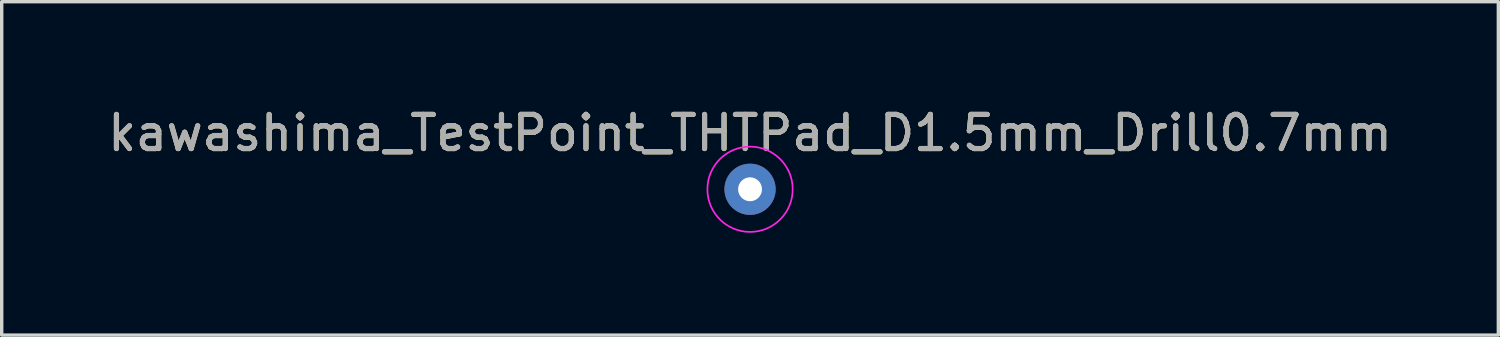
<source format=kicad_pcb>
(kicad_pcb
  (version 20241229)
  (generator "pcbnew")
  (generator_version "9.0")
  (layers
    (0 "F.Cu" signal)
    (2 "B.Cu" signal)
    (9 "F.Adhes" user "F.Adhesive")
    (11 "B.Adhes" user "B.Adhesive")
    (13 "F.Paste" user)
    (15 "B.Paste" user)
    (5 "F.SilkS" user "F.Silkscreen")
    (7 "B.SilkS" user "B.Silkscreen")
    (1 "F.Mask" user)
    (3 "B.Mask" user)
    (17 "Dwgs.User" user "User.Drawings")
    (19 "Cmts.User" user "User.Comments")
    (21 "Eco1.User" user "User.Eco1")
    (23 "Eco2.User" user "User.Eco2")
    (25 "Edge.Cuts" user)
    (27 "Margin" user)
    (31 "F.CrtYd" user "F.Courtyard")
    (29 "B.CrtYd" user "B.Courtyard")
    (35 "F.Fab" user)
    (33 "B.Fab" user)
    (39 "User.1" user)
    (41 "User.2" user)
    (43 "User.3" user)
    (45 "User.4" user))
  (footprint "kawashima_TestPoint_THTPad_D1.5mm_Drill0.7mm"
    (layer "F.Cu")
    (at 18.935 2.498)
    (property "Reference" "kawashima_TestPoint_THTPad_D1.5mm_Drill0.7mm" (at 0 -1.648 0) (layer "F.SilkS") (effects (font (size 1 1) (thickness 0.15))))
    (attr exclude_from_pos_files exclude_from_bom)
    (fp_circle (center 0 0) (end 1.25 0) (stroke (width 0.05) (type solid)) (fill no) (layer "F.CrtYd"))
    (fp_text user "${REFERENCE}" (at 0 -1.65 0) (layer "F.Fab") (effects (font (size 1 1) (thickness 0.15))))
    (pad "1" thru_hole circle (at 0 0) (size 1.5 1.5) (drill 0.7) (layers "*.Cu" "*.Mask")))
  (gr_rect
    (start -3 -3)
    (end 40.869 6.773)
    (stroke (width 0.1) (type default))
    (fill no)
    (layer "Edge.Cuts")))
</source>
